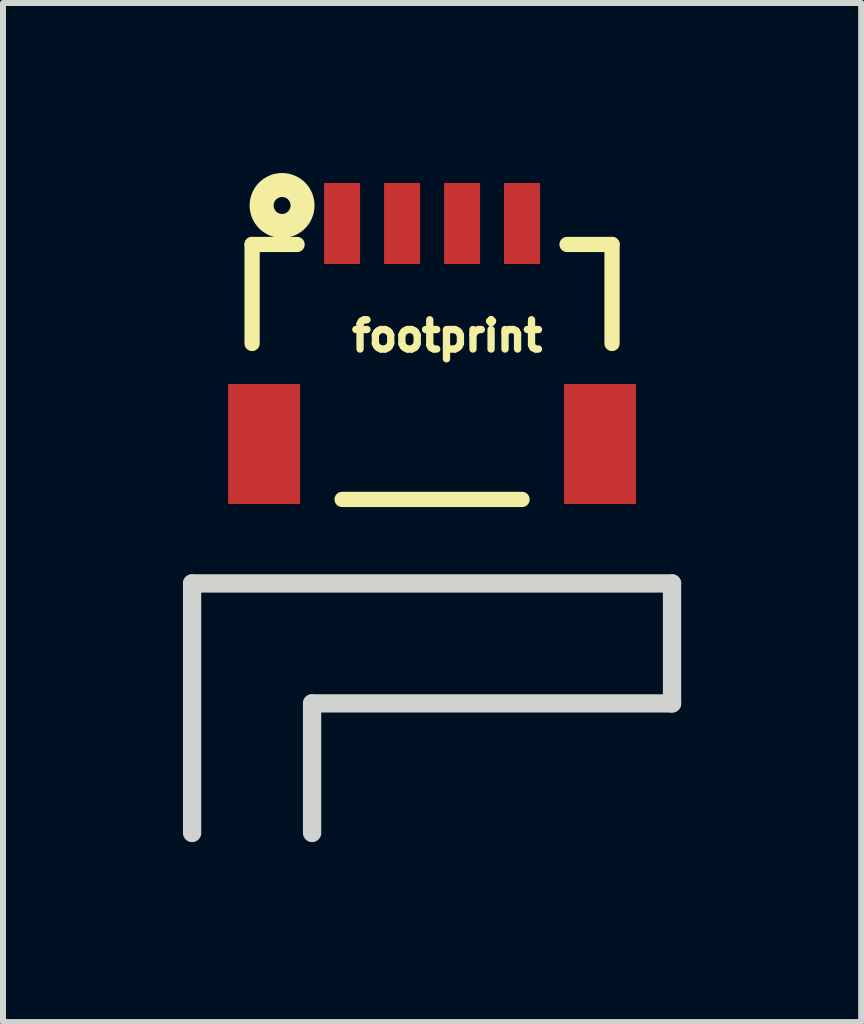
<source format=kicad_pcb>
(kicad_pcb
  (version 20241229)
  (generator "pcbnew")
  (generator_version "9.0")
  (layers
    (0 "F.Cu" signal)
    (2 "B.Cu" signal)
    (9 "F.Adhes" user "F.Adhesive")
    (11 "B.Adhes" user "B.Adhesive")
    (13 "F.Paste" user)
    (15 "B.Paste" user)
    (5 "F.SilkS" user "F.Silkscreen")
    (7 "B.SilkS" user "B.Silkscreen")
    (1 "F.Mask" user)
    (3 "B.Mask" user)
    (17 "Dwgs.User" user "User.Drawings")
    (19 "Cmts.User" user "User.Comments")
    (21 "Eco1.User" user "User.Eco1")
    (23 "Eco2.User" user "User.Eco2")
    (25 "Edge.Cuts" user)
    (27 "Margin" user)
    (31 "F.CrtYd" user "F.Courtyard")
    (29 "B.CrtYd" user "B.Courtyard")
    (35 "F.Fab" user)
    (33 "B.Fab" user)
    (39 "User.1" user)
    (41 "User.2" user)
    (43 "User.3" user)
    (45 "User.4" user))
  (footprint "footprint"
    (layer "F.Cu")
    (at 4.152 0.675)
    (property "Reference" "footprint" (at -1.397 2.159 0) (layer "F.SilkS") (effects (font (size 0.488 0.488) (thickness 0.122)) (justify left bottom)))
    (fp_line (start -3 0.35) (end -2.25 0.35) (stroke (width 0.254) (type solid)) (layer "F.SilkS"))
    (fp_line (start -3 2) (end -3 0.35) (stroke (width 0.254) (type solid)) (layer "F.SilkS"))
    (fp_line (start -1.5 4.6) (end 1.5 4.6) (stroke (width 0.254) (type solid)) (layer "F.SilkS"))
    (fp_line (start 2.25 0.35) (end 3 0.35) (stroke (width 0.254) (type solid)) (layer "F.SilkS"))
    (fp_line (start 3 0.35) (end 3 2) (stroke (width 0.254) (type solid)) (layer "F.SilkS"))
    (fp_circle (center -2.5 -0.3) (end -2.359 -0.3) (stroke (width 0.4) (type solid)) (fill no) (layer "F.SilkS"))
    (fp_line (start -4 6) (end -4 10.16) (stroke (width 0.305) (type solid)) (layer "Edge.Cuts"))
    (fp_line (start -2 8) (end 4 8) (stroke (width 0.305) (type solid)) (layer "Edge.Cuts"))
    (fp_line (start -2 10.16) (end -2 8) (stroke (width 0.305) (type solid)) (layer "Edge.Cuts"))
    (fp_line (start 4 6) (end -4 6) (stroke (width 0.305) (type solid)) (layer "Edge.Cuts"))
    (fp_line (start 4 8) (end 4 6) (stroke (width 0.305) (type solid)) (layer "Edge.Cuts"))
    (pad "1" smd rect (at -1.5 0) (size 0.6 1.35) (layers "F.Cu" "F.Mask" "F.Paste"))
    (pad "2" smd rect (at -0.5 0) (size 0.6 1.35) (layers "F.Cu" "F.Mask" "F.Paste"))
    (pad "3" smd rect (at 0.5 0) (size 0.6 1.35) (layers "F.Cu" "F.Mask" "F.Paste"))
    (pad "4" smd rect (at 1.5 0) (size 0.6 1.35) (layers "F.Cu" "F.Mask" "F.Paste"))
    (pad "NC1" smd rect (at 2.8 3.675) (size 1.2 2) (layers "F.Cu" "F.Mask" "F.Paste"))
    (pad "NC2" smd rect (at -2.8 3.675) (size 1.2 2) (layers "F.Cu" "F.Mask" "F.Paste")))
  (gr_rect
    (start -3 -3)
    (end 11.305 13.987)
    (stroke (width 0.1) (type default))
    (fill no)
    (layer "Edge.Cuts")))
</source>
